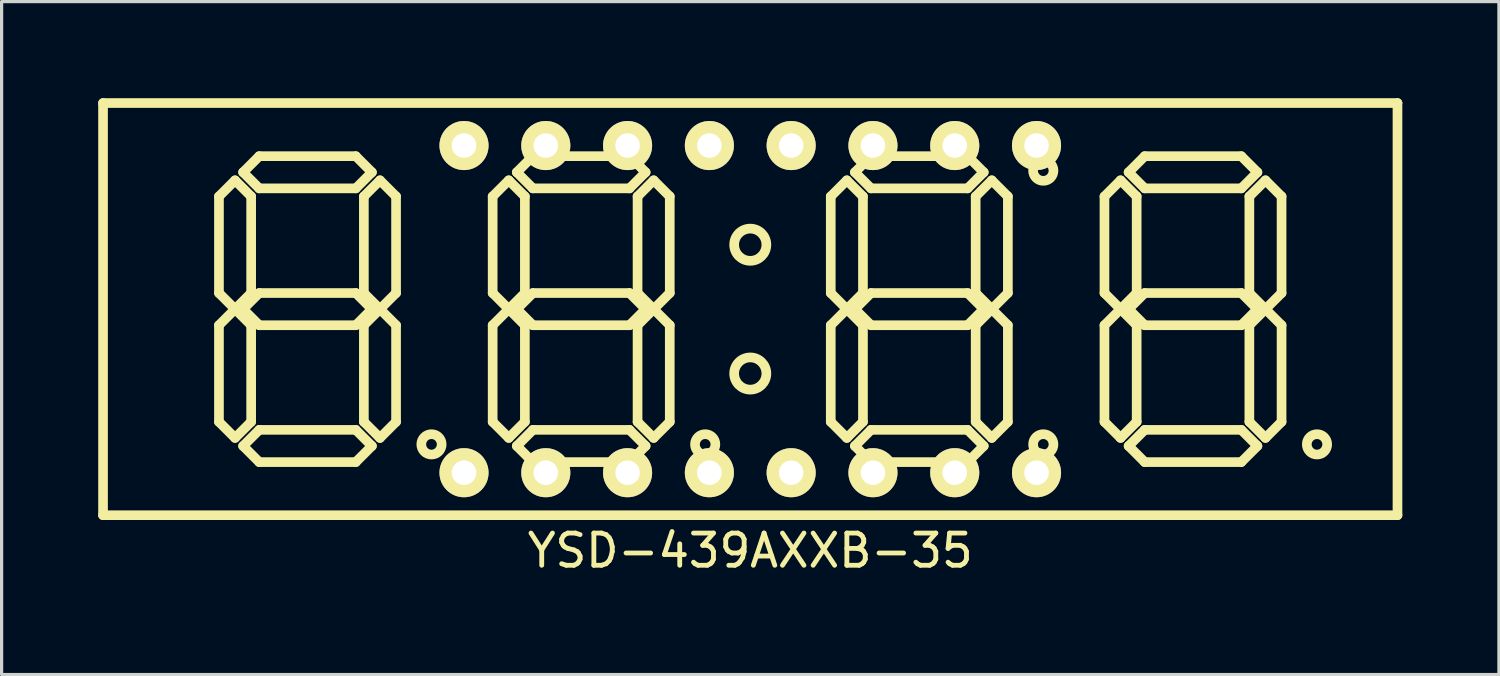
<source format=kicad_pcb>
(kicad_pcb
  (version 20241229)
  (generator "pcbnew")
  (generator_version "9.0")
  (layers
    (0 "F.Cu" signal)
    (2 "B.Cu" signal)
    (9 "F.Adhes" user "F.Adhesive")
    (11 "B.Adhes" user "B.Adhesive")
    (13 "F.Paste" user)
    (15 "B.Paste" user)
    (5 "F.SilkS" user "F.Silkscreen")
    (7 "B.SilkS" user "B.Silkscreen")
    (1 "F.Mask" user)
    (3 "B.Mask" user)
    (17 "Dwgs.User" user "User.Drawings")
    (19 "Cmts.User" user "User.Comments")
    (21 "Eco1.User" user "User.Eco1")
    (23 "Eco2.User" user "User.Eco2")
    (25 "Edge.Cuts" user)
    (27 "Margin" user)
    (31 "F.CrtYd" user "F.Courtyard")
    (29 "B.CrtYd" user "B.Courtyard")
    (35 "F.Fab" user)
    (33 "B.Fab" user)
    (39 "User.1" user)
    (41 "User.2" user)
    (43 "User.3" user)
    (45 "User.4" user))
  (footprint "YSD-439AXXB-35"
    (layer "F.Cu")
    (at 11.36 11.63)
    (property "Reference" "YSD-439AXXB-35" (at 8.89 2.42 0) (layer "F.SilkS") (effects (font (size 1 1) (thickness 0.15))))
    (attr through_hole)
    (fp_line (start -11.21 -11.48) (end 28.99 -11.48) (stroke (width 0.3) (type solid)) (layer "F.SilkS"))
    (fp_line (start -11.21 1.32) (end -11.21 -11.48) (stroke (width 0.3) (type solid)) (layer "F.SilkS"))
    (fp_line (start -7.61 -8.58) (end -7.61 -5.58) (stroke (width 0.3) (type solid)) (layer "F.SilkS"))
    (fp_line (start -7.61 -5.58) (end -7.11 -5.08) (stroke (width 0.3) (type solid)) (layer "F.SilkS"))
    (fp_line (start -7.61 -4.58) (end -7.61 -1.58) (stroke (width 0.3) (type solid)) (layer "F.SilkS"))
    (fp_line (start -7.61 -1.58) (end -7.11 -1.08) (stroke (width 0.3) (type solid)) (layer "F.SilkS"))
    (fp_line (start -7.11 -9.08) (end -7.61 -8.58) (stroke (width 0.3) (type solid)) (layer "F.SilkS"))
    (fp_line (start -7.11 -5.08) (end -7.61 -4.58) (stroke (width 0.3) (type solid)) (layer "F.SilkS"))
    (fp_line (start -7.11 -5.08) (end -6.61 -5.58) (stroke (width 0.3) (type solid)) (layer "F.SilkS"))
    (fp_line (start -7.11 -1.08) (end -6.61 -1.58) (stroke (width 0.3) (type solid)) (layer "F.SilkS"))
    (fp_line (start -6.86 -9.33) (end -6.36 -8.83) (stroke (width 0.3) (type solid)) (layer "F.SilkS"))
    (fp_line (start -6.86 -5.08) (end -6.36 -4.58) (stroke (width 0.3) (type solid)) (layer "F.SilkS"))
    (fp_line (start -6.86 -0.83) (end -6.36 -0.33) (stroke (width 0.3) (type solid)) (layer "F.SilkS"))
    (fp_line (start -6.61 -8.58) (end -7.11 -9.08) (stroke (width 0.3) (type solid)) (layer "F.SilkS"))
    (fp_line (start -6.61 -5.58) (end -6.61 -8.58) (stroke (width 0.3) (type solid)) (layer "F.SilkS"))
    (fp_line (start -6.61 -4.58) (end -7.11 -5.08) (stroke (width 0.3) (type solid)) (layer "F.SilkS"))
    (fp_line (start -6.61 -1.58) (end -6.61 -4.58) (stroke (width 0.3) (type solid)) (layer "F.SilkS"))
    (fp_line (start -6.36 -9.83) (end -6.86 -9.33) (stroke (width 0.3) (type solid)) (layer "F.SilkS"))
    (fp_line (start -6.36 -8.83) (end -3.36 -8.83) (stroke (width 0.3) (type solid)) (layer "F.SilkS"))
    (fp_line (start -6.36 -5.58) (end -6.86 -5.08) (stroke (width 0.3) (type solid)) (layer "F.SilkS"))
    (fp_line (start -6.36 -4.58) (end -3.36 -4.58) (stroke (width 0.3) (type solid)) (layer "F.SilkS"))
    (fp_line (start -6.36 -1.33) (end -6.86 -0.83) (stroke (width 0.3) (type solid)) (layer "F.SilkS"))
    (fp_line (start -6.36 -0.33) (end -3.36 -0.33) (stroke (width 0.3) (type solid)) (layer "F.SilkS"))
    (fp_line (start -3.36 -9.83) (end -6.36 -9.83) (stroke (width 0.3) (type solid)) (layer "F.SilkS"))
    (fp_line (start -3.36 -8.83) (end -2.86 -9.33) (stroke (width 0.3) (type solid)) (layer "F.SilkS"))
    (fp_line (start -3.36 -5.58) (end -6.36 -5.58) (stroke (width 0.3) (type solid)) (layer "F.SilkS"))
    (fp_line (start -3.36 -4.58) (end -2.86 -5.08) (stroke (width 0.3) (type solid)) (layer "F.SilkS"))
    (fp_line (start -3.36 -1.33) (end -6.36 -1.33) (stroke (width 0.3) (type solid)) (layer "F.SilkS"))
    (fp_line (start -3.36 -0.33) (end -2.86 -0.83) (stroke (width 0.3) (type solid)) (layer "F.SilkS"))
    (fp_line (start -3.11 -8.58) (end -3.11 -5.58) (stroke (width 0.3) (type solid)) (layer "F.SilkS"))
    (fp_line (start -3.11 -5.58) (end -2.61 -5.08) (stroke (width 0.3) (type solid)) (layer "F.SilkS"))
    (fp_line (start -3.11 -4.58) (end -3.11 -1.58) (stroke (width 0.3) (type solid)) (layer "F.SilkS"))
    (fp_line (start -3.11 -1.58) (end -2.61 -1.08) (stroke (width 0.3) (type solid)) (layer "F.SilkS"))
    (fp_line (start -2.86 -9.33) (end -3.36 -9.83) (stroke (width 0.3) (type solid)) (layer "F.SilkS"))
    (fp_line (start -2.86 -5.08) (end -3.36 -5.58) (stroke (width 0.3) (type solid)) (layer "F.SilkS"))
    (fp_line (start -2.86 -0.83) (end -3.36 -1.33) (stroke (width 0.3) (type solid)) (layer "F.SilkS"))
    (fp_line (start -2.61 -9.08) (end -3.11 -8.58) (stroke (width 0.3) (type solid)) (layer "F.SilkS"))
    (fp_line (start -2.61 -5.08) (end -3.11 -4.58) (stroke (width 0.3) (type solid)) (layer "F.SilkS"))
    (fp_line (start -2.61 -5.08) (end -2.11 -5.58) (stroke (width 0.3) (type solid)) (layer "F.SilkS"))
    (fp_line (start -2.61 -1.08) (end -2.11 -1.58) (stroke (width 0.3) (type solid)) (layer "F.SilkS"))
    (fp_line (start -2.11 -8.58) (end -2.61 -9.08) (stroke (width 0.3) (type solid)) (layer "F.SilkS"))
    (fp_line (start -2.11 -5.58) (end -2.11 -8.58) (stroke (width 0.3) (type solid)) (layer "F.SilkS"))
    (fp_line (start -2.11 -4.58) (end -2.61 -5.08) (stroke (width 0.3) (type solid)) (layer "F.SilkS"))
    (fp_line (start -2.11 -1.58) (end -2.11 -4.58) (stroke (width 0.3) (type solid)) (layer "F.SilkS"))
    (fp_line (start 0.89 -8.58) (end 0.89 -5.58) (stroke (width 0.3) (type solid)) (layer "F.SilkS"))
    (fp_line (start 0.89 -5.58) (end 1.39 -5.08) (stroke (width 0.3) (type solid)) (layer "F.SilkS"))
    (fp_line (start 0.89 -4.58) (end 0.89 -1.58) (stroke (width 0.3) (type solid)) (layer "F.SilkS"))
    (fp_line (start 0.89 -1.58) (end 1.39 -1.08) (stroke (width 0.3) (type solid)) (layer "F.SilkS"))
    (fp_line (start 1.39 -9.08) (end 0.89 -8.58) (stroke (width 0.3) (type solid)) (layer "F.SilkS"))
    (fp_line (start 1.39 -5.08) (end 0.89 -4.58) (stroke (width 0.3) (type solid)) (layer "F.SilkS"))
    (fp_line (start 1.39 -5.08) (end 1.89 -5.58) (stroke (width 0.3) (type solid)) (layer "F.SilkS"))
    (fp_line (start 1.39 -1.08) (end 1.89 -1.58) (stroke (width 0.3) (type solid)) (layer "F.SilkS"))
    (fp_line (start 1.64 -9.33) (end 2.14 -8.83) (stroke (width 0.3) (type solid)) (layer "F.SilkS"))
    (fp_line (start 1.64 -5.08) (end 2.14 -4.58) (stroke (width 0.3) (type solid)) (layer "F.SilkS"))
    (fp_line (start 1.64 -0.83) (end 2.14 -0.33) (stroke (width 0.3) (type solid)) (layer "F.SilkS"))
    (fp_line (start 1.89 -8.58) (end 1.39 -9.08) (stroke (width 0.3) (type solid)) (layer "F.SilkS"))
    (fp_line (start 1.89 -5.58) (end 1.89 -8.58) (stroke (width 0.3) (type solid)) (layer "F.SilkS"))
    (fp_line (start 1.89 -4.58) (end 1.39 -5.08) (stroke (width 0.3) (type solid)) (layer "F.SilkS"))
    (fp_line (start 1.89 -1.58) (end 1.89 -4.58) (stroke (width 0.3) (type solid)) (layer "F.SilkS"))
    (fp_line (start 2.14 -9.83) (end 1.64 -9.33) (stroke (width 0.3) (type solid)) (layer "F.SilkS"))
    (fp_line (start 2.14 -8.83) (end 5.14 -8.83) (stroke (width 0.3) (type solid)) (layer "F.SilkS"))
    (fp_line (start 2.14 -5.58) (end 1.64 -5.08) (stroke (width 0.3) (type solid)) (layer "F.SilkS"))
    (fp_line (start 2.14 -4.58) (end 5.14 -4.58) (stroke (width 0.3) (type solid)) (layer "F.SilkS"))
    (fp_line (start 2.14 -1.33) (end 1.64 -0.83) (stroke (width 0.3) (type solid)) (layer "F.SilkS"))
    (fp_line (start 2.14 -0.33) (end 5.14 -0.33) (stroke (width 0.3) (type solid)) (layer "F.SilkS"))
    (fp_line (start 5.14 -9.83) (end 2.14 -9.83) (stroke (width 0.3) (type solid)) (layer "F.SilkS"))
    (fp_line (start 5.14 -8.83) (end 5.64 -9.33) (stroke (width 0.3) (type solid)) (layer "F.SilkS"))
    (fp_line (start 5.14 -5.58) (end 2.14 -5.58) (stroke (width 0.3) (type solid)) (layer "F.SilkS"))
    (fp_line (start 5.14 -4.58) (end 5.64 -5.08) (stroke (width 0.3) (type solid)) (layer "F.SilkS"))
    (fp_line (start 5.14 -1.33) (end 2.14 -1.33) (stroke (width 0.3) (type solid)) (layer "F.SilkS"))
    (fp_line (start 5.14 -0.33) (end 5.64 -0.83) (stroke (width 0.3) (type solid)) (layer "F.SilkS"))
    (fp_line (start 5.39 -8.58) (end 5.39 -5.58) (stroke (width 0.3) (type solid)) (layer "F.SilkS"))
    (fp_line (start 5.39 -5.58) (end 5.89 -5.08) (stroke (width 0.3) (type solid)) (layer "F.SilkS"))
    (fp_line (start 5.39 -4.58) (end 5.39 -1.58) (stroke (width 0.3) (type solid)) (layer "F.SilkS"))
    (fp_line (start 5.39 -1.58) (end 5.89 -1.08) (stroke (width 0.3) (type solid)) (layer "F.SilkS"))
    (fp_line (start 5.64 -9.33) (end 5.14 -9.83) (stroke (width 0.3) (type solid)) (layer "F.SilkS"))
    (fp_line (start 5.64 -5.08) (end 5.14 -5.58) (stroke (width 0.3) (type solid)) (layer "F.SilkS"))
    (fp_line (start 5.64 -0.83) (end 5.14 -1.33) (stroke (width 0.3) (type solid)) (layer "F.SilkS"))
    (fp_line (start 5.89 -9.08) (end 5.39 -8.58) (stroke (width 0.3) (type solid)) (layer "F.SilkS"))
    (fp_line (start 5.89 -5.08) (end 5.39 -4.58) (stroke (width 0.3) (type solid)) (layer "F.SilkS"))
    (fp_line (start 5.89 -5.08) (end 6.39 -5.58) (stroke (width 0.3) (type solid)) (layer "F.SilkS"))
    (fp_line (start 5.89 -1.08) (end 6.39 -1.58) (stroke (width 0.3) (type solid)) (layer "F.SilkS"))
    (fp_line (start 6.39 -8.58) (end 5.89 -9.08) (stroke (width 0.3) (type solid)) (layer "F.SilkS"))
    (fp_line (start 6.39 -5.58) (end 6.39 -8.58) (stroke (width 0.3) (type solid)) (layer "F.SilkS"))
    (fp_line (start 6.39 -4.58) (end 5.89 -5.08) (stroke (width 0.3) (type solid)) (layer "F.SilkS"))
    (fp_line (start 6.39 -1.58) (end 6.39 -4.58) (stroke (width 0.3) (type solid)) (layer "F.SilkS"))
    (fp_line (start 11.39 -8.58) (end 11.39 -5.58) (stroke (width 0.3) (type solid)) (layer "F.SilkS"))
    (fp_line (start 11.39 -5.58) (end 11.89 -5.08) (stroke (width 0.3) (type solid)) (layer "F.SilkS"))
    (fp_line (start 11.39 -4.58) (end 11.39 -1.58) (stroke (width 0.3) (type solid)) (layer "F.SilkS"))
    (fp_line (start 11.39 -1.58) (end 11.89 -1.08) (stroke (width 0.3) (type solid)) (layer "F.SilkS"))
    (fp_line (start 11.89 -9.08) (end 11.39 -8.58) (stroke (width 0.3) (type solid)) (layer "F.SilkS"))
    (fp_line (start 11.89 -5.08) (end 11.39 -4.58) (stroke (width 0.3) (type solid)) (layer "F.SilkS"))
    (fp_line (start 11.89 -5.08) (end 12.39 -5.58) (stroke (width 0.3) (type solid)) (layer "F.SilkS"))
    (fp_line (start 11.89 -1.08) (end 12.39 -1.58) (stroke (width 0.3) (type solid)) (layer "F.SilkS"))
    (fp_line (start 12.14 -9.33) (end 12.64 -8.83) (stroke (width 0.3) (type solid)) (layer "F.SilkS"))
    (fp_line (start 12.14 -5.08) (end 12.64 -4.58) (stroke (width 0.3) (type solid)) (layer "F.SilkS"))
    (fp_line (start 12.14 -0.83) (end 12.64 -0.33) (stroke (width 0.3) (type solid)) (layer "F.SilkS"))
    (fp_line (start 12.39 -8.58) (end 11.89 -9.08) (stroke (width 0.3) (type solid)) (layer "F.SilkS"))
    (fp_line (start 12.39 -5.58) (end 12.39 -8.58) (stroke (width 0.3) (type solid)) (layer "F.SilkS"))
    (fp_line (start 12.39 -4.58) (end 11.89 -5.08) (stroke (width 0.3) (type solid)) (layer "F.SilkS"))
    (fp_line (start 12.39 -1.58) (end 12.39 -4.58) (stroke (width 0.3) (type solid)) (layer "F.SilkS"))
    (fp_line (start 12.64 -9.83) (end 12.14 -9.33) (stroke (width 0.3) (type solid)) (layer "F.SilkS"))
    (fp_line (start 12.64 -8.83) (end 15.64 -8.83) (stroke (width 0.3) (type solid)) (layer "F.SilkS"))
    (fp_line (start 12.64 -5.58) (end 12.14 -5.08) (stroke (width 0.3) (type solid)) (layer "F.SilkS"))
    (fp_line (start 12.64 -4.58) (end 15.64 -4.58) (stroke (width 0.3) (type solid)) (layer "F.SilkS"))
    (fp_line (start 12.64 -1.33) (end 12.14 -0.83) (stroke (width 0.3) (type solid)) (layer "F.SilkS"))
    (fp_line (start 12.64 -0.33) (end 15.64 -0.33) (stroke (width 0.3) (type solid)) (layer "F.SilkS"))
    (fp_line (start 15.64 -9.83) (end 12.64 -9.83) (stroke (width 0.3) (type solid)) (layer "F.SilkS"))
    (fp_line (start 15.64 -8.83) (end 16.14 -9.33) (stroke (width 0.3) (type solid)) (layer "F.SilkS"))
    (fp_line (start 15.64 -5.58) (end 12.64 -5.58) (stroke (width 0.3) (type solid)) (layer "F.SilkS"))
    (fp_line (start 15.64 -4.58) (end 16.14 -5.08) (stroke (width 0.3) (type solid)) (layer "F.SilkS"))
    (fp_line (start 15.64 -1.33) (end 12.64 -1.33) (stroke (width 0.3) (type solid)) (layer "F.SilkS"))
    (fp_line (start 15.64 -0.33) (end 16.14 -0.83) (stroke (width 0.3) (type solid)) (layer "F.SilkS"))
    (fp_line (start 15.89 -8.58) (end 15.89 -5.58) (stroke (width 0.3) (type solid)) (layer "F.SilkS"))
    (fp_line (start 15.89 -5.58) (end 16.39 -5.08) (stroke (width 0.3) (type solid)) (layer "F.SilkS"))
    (fp_line (start 15.89 -4.58) (end 15.89 -1.58) (stroke (width 0.3) (type solid)) (layer "F.SilkS"))
    (fp_line (start 15.89 -1.58) (end 16.39 -1.08) (stroke (width 0.3) (type solid)) (layer "F.SilkS"))
    (fp_line (start 16.14 -9.33) (end 15.64 -9.83) (stroke (width 0.3) (type solid)) (layer "F.SilkS"))
    (fp_line (start 16.14 -5.08) (end 15.64 -5.58) (stroke (width 0.3) (type solid)) (layer "F.SilkS"))
    (fp_line (start 16.14 -0.83) (end 15.64 -1.33) (stroke (width 0.3) (type solid)) (layer "F.SilkS"))
    (fp_line (start 16.39 -9.08) (end 15.89 -8.58) (stroke (width 0.3) (type solid)) (layer "F.SilkS"))
    (fp_line (start 16.39 -5.08) (end 15.89 -4.58) (stroke (width 0.3) (type solid)) (layer "F.SilkS"))
    (fp_line (start 16.39 -5.08) (end 16.89 -5.58) (stroke (width 0.3) (type solid)) (layer "F.SilkS"))
    (fp_line (start 16.39 -1.08) (end 16.89 -1.58) (stroke (width 0.3) (type solid)) (layer "F.SilkS"))
    (fp_line (start 16.89 -8.58) (end 16.39 -9.08) (stroke (width 0.3) (type solid)) (layer "F.SilkS"))
    (fp_line (start 16.89 -5.58) (end 16.89 -8.58) (stroke (width 0.3) (type solid)) (layer "F.SilkS"))
    (fp_line (start 16.89 -4.58) (end 16.39 -5.08) (stroke (width 0.3) (type solid)) (layer "F.SilkS"))
    (fp_line (start 16.89 -1.58) (end 16.89 -4.58) (stroke (width 0.3) (type solid)) (layer "F.SilkS"))
    (fp_line (start 19.89 -8.58) (end 19.89 -5.58) (stroke (width 0.3) (type solid)) (layer "F.SilkS"))
    (fp_line (start 19.89 -5.58) (end 20.39 -5.08) (stroke (width 0.3) (type solid)) (layer "F.SilkS"))
    (fp_line (start 19.89 -4.58) (end 19.89 -1.58) (stroke (width 0.3) (type solid)) (layer "F.SilkS"))
    (fp_line (start 19.89 -1.58) (end 20.39 -1.08) (stroke (width 0.3) (type solid)) (layer "F.SilkS"))
    (fp_line (start 20.39 -9.08) (end 19.89 -8.58) (stroke (width 0.3) (type solid)) (layer "F.SilkS"))
    (fp_line (start 20.39 -5.08) (end 19.89 -4.58) (stroke (width 0.3) (type solid)) (layer "F.SilkS"))
    (fp_line (start 20.39 -5.08) (end 20.89 -5.58) (stroke (width 0.3) (type solid)) (layer "F.SilkS"))
    (fp_line (start 20.39 -1.08) (end 20.89 -1.58) (stroke (width 0.3) (type solid)) (layer "F.SilkS"))
    (fp_line (start 20.64 -9.33) (end 21.14 -8.83) (stroke (width 0.3) (type solid)) (layer "F.SilkS"))
    (fp_line (start 20.64 -5.08) (end 21.14 -4.58) (stroke (width 0.3) (type solid)) (layer "F.SilkS"))
    (fp_line (start 20.64 -0.83) (end 21.14 -0.33) (stroke (width 0.3) (type solid)) (layer "F.SilkS"))
    (fp_line (start 20.89 -8.58) (end 20.39 -9.08) (stroke (width 0.3) (type solid)) (layer "F.SilkS"))
    (fp_line (start 20.89 -5.58) (end 20.89 -8.58) (stroke (width 0.3) (type solid)) (layer "F.SilkS"))
    (fp_line (start 20.89 -4.58) (end 20.39 -5.08) (stroke (width 0.3) (type solid)) (layer "F.SilkS"))
    (fp_line (start 20.89 -1.58) (end 20.89 -4.58) (stroke (width 0.3) (type solid)) (layer "F.SilkS"))
    (fp_line (start 21.14 -9.83) (end 20.64 -9.33) (stroke (width 0.3) (type solid)) (layer "F.SilkS"))
    (fp_line (start 21.14 -8.83) (end 24.14 -8.83) (stroke (width 0.3) (type solid)) (layer "F.SilkS"))
    (fp_line (start 21.14 -5.58) (end 20.64 -5.08) (stroke (width 0.3) (type solid)) (layer "F.SilkS"))
    (fp_line (start 21.14 -4.58) (end 24.14 -4.58) (stroke (width 0.3) (type solid)) (layer "F.SilkS"))
    (fp_line (start 21.14 -1.33) (end 20.64 -0.83) (stroke (width 0.3) (type solid)) (layer "F.SilkS"))
    (fp_line (start 21.14 -0.33) (end 24.14 -0.33) (stroke (width 0.3) (type solid)) (layer "F.SilkS"))
    (fp_line (start 24.14 -9.83) (end 21.14 -9.83) (stroke (width 0.3) (type solid)) (layer "F.SilkS"))
    (fp_line (start 24.14 -8.83) (end 24.64 -9.33) (stroke (width 0.3) (type solid)) (layer "F.SilkS"))
    (fp_line (start 24.14 -5.58) (end 21.14 -5.58) (stroke (width 0.3) (type solid)) (layer "F.SilkS"))
    (fp_line (start 24.14 -4.58) (end 24.64 -5.08) (stroke (width 0.3) (type solid)) (layer "F.SilkS"))
    (fp_line (start 24.14 -1.33) (end 21.14 -1.33) (stroke (width 0.3) (type solid)) (layer "F.SilkS"))
    (fp_line (start 24.14 -0.33) (end 24.64 -0.83) (stroke (width 0.3) (type solid)) (layer "F.SilkS"))
    (fp_line (start 24.39 -8.58) (end 24.39 -5.58) (stroke (width 0.3) (type solid)) (layer "F.SilkS"))
    (fp_line (start 24.39 -5.58) (end 24.89 -5.08) (stroke (width 0.3) (type solid)) (layer "F.SilkS"))
    (fp_line (start 24.39 -4.58) (end 24.39 -1.58) (stroke (width 0.3) (type solid)) (layer "F.SilkS"))
    (fp_line (start 24.39 -1.58) (end 24.89 -1.08) (stroke (width 0.3) (type solid)) (layer "F.SilkS"))
    (fp_line (start 24.64 -9.33) (end 24.14 -9.83) (stroke (width 0.3) (type solid)) (layer "F.SilkS"))
    (fp_line (start 24.64 -5.08) (end 24.14 -5.58) (stroke (width 0.3) (type solid)) (layer "F.SilkS"))
    (fp_line (start 24.64 -0.83) (end 24.14 -1.33) (stroke (width 0.3) (type solid)) (layer "F.SilkS"))
    (fp_line (start 24.89 -9.08) (end 24.39 -8.58) (stroke (width 0.3) (type solid)) (layer "F.SilkS"))
    (fp_line (start 24.89 -5.08) (end 24.39 -4.58) (stroke (width 0.3) (type solid)) (layer "F.SilkS"))
    (fp_line (start 24.89 -5.08) (end 25.39 -5.58) (stroke (width 0.3) (type solid)) (layer "F.SilkS"))
    (fp_line (start 24.89 -1.08) (end 25.39 -1.58) (stroke (width 0.3) (type solid)) (layer "F.SilkS"))
    (fp_line (start 25.39 -8.58) (end 24.89 -9.08) (stroke (width 0.3) (type solid)) (layer "F.SilkS"))
    (fp_line (start 25.39 -5.58) (end 25.39 -8.58) (stroke (width 0.3) (type solid)) (layer "F.SilkS"))
    (fp_line (start 25.39 -4.58) (end 24.89 -5.08) (stroke (width 0.3) (type solid)) (layer "F.SilkS"))
    (fp_line (start 25.39 -1.58) (end 25.39 -4.58) (stroke (width 0.3) (type solid)) (layer "F.SilkS"))
    (fp_line (start 28.99 -11.48) (end 28.99 1.32) (stroke (width 0.3) (type solid)) (layer "F.SilkS"))
    (fp_line (start 28.99 1.32) (end -11.21 1.32) (stroke (width 0.3) (type solid)) (layer "F.SilkS"))
    (fp_circle (center -1.01 -0.88) (end -0.71 -0.98) (stroke (width 0.3) (type solid)) (fill no) (layer "F.SilkS"))
    (fp_circle (center 7.49 -0.88) (end 7.79 -0.98) (stroke (width 0.3) (type solid)) (fill no) (layer "F.SilkS"))
    (fp_circle (center 8.89 -7.08) (end 8.89 -7.58) (stroke (width 0.3) (type solid)) (fill no) (layer "F.SilkS"))
    (fp_circle (center 8.89 -3.08) (end 8.39 -3.08) (stroke (width 0.3) (type solid)) (fill no) (layer "F.SilkS"))
    (fp_circle (center 17.99 -9.38) (end 18.29 -9.48) (stroke (width 0.3) (type solid)) (fill no) (layer "F.SilkS"))
    (fp_circle (center 17.99 -0.88) (end 18.29 -0.98) (stroke (width 0.3) (type solid)) (fill no) (layer "F.SilkS"))
    (fp_circle (center 26.49 -0.88) (end 26.79 -0.98) (stroke (width 0.3) (type solid)) (fill no) (layer "F.SilkS"))
    (pad "1" thru_hole circle (at 0 0) (size 1.524 1.524) (drill 0.762) (layers "*.Cu" "*.Mask" "F.SilkS"))
    (pad "2" thru_hole circle (at 2.54 0) (size 1.524 1.524) (drill 0.762) (layers "*.Cu" "*.Mask" "F.SilkS"))
    (pad "3" thru_hole circle (at 5.08 0) (size 1.524 1.524) (drill 0.762) (layers "*.Cu" "*.Mask" "F.SilkS"))
    (pad "4" thru_hole circle (at 7.62 0) (size 1.524 1.524) (drill 0.762) (layers "*.Cu" "*.Mask" "F.SilkS"))
    (pad "5" thru_hole circle (at 10.16 0) (size 1.524 1.524) (drill 0.762) (layers "*.Cu" "*.Mask" "F.SilkS"))
    (pad "6" thru_hole circle (at 12.7 0) (size 1.524 1.524) (drill 0.762) (layers "*.Cu" "*.Mask" "F.SilkS"))
    (pad "7" thru_hole circle (at 15.24 0) (size 1.524 1.524) (drill 0.762) (layers "*.Cu" "*.Mask" "F.SilkS"))
    (pad "8" thru_hole circle (at 17.78 0) (size 1.524 1.524) (drill 0.762) (layers "*.Cu" "*.Mask" "F.SilkS"))
    (pad "9" thru_hole circle (at 17.78 -10.16) (size 1.524 1.524) (drill 0.762) (layers "*.Cu" "*.Mask" "F.SilkS"))
    (pad "10" thru_hole circle (at 15.24 -10.16) (size 1.524 1.524) (drill 0.762) (layers "*.Cu" "*.Mask" "F.SilkS"))
    (pad "11" thru_hole circle (at 12.7 -10.16) (size 1.524 1.524) (drill 0.762) (layers "*.Cu" "*.Mask" "F.SilkS"))
    (pad "12" thru_hole circle (at 10.16 -10.16) (size 1.524 1.524) (drill 0.762) (layers "*.Cu" "*.Mask" "F.SilkS"))
    (pad "13" thru_hole circle (at 7.62 -10.16) (size 1.524 1.524) (drill 0.762) (layers "*.Cu" "*.Mask" "F.SilkS"))
    (pad "14" thru_hole circle (at 5.08 -10.16) (size 1.524 1.524) (drill 0.762) (layers "*.Cu" "*.Mask" "F.SilkS"))
    (pad "15" thru_hole circle (at 2.54 -10.16) (size 1.524 1.524) (drill 0.762) (layers "*.Cu" "*.Mask" "F.SilkS"))
    (pad "16" thru_hole circle (at 0 -10.16) (size 1.524 1.524) (drill 0.762) (layers "*.Cu" "*.Mask" "F.SilkS")))
  (gr_rect
    (start -3 -3)
    (end 43.5 17.898)
    (stroke (width 0.1) (type default))
    (fill no)
    (layer "Edge.Cuts")))
</source>
